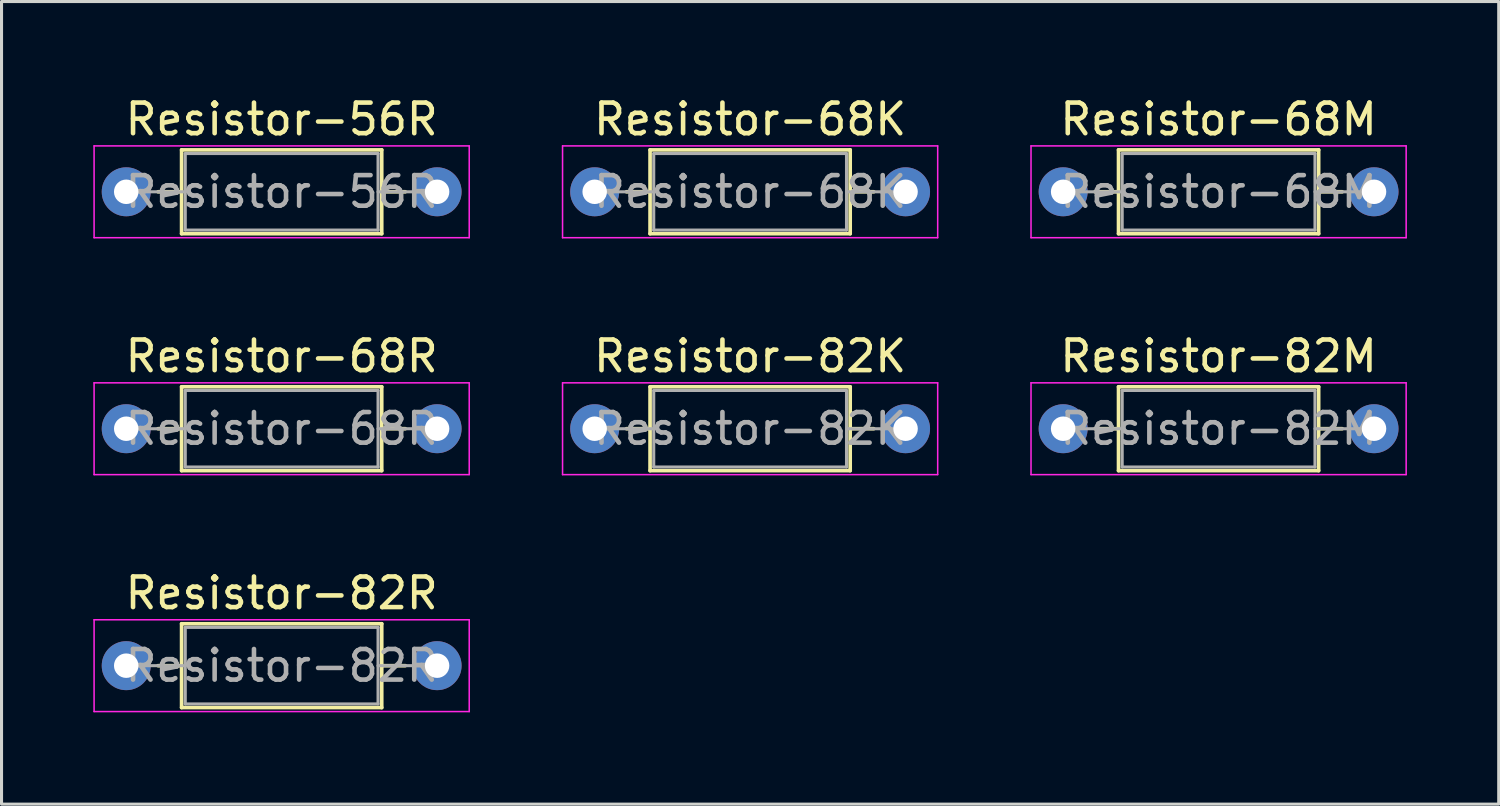
<source format=kicad_pcb>
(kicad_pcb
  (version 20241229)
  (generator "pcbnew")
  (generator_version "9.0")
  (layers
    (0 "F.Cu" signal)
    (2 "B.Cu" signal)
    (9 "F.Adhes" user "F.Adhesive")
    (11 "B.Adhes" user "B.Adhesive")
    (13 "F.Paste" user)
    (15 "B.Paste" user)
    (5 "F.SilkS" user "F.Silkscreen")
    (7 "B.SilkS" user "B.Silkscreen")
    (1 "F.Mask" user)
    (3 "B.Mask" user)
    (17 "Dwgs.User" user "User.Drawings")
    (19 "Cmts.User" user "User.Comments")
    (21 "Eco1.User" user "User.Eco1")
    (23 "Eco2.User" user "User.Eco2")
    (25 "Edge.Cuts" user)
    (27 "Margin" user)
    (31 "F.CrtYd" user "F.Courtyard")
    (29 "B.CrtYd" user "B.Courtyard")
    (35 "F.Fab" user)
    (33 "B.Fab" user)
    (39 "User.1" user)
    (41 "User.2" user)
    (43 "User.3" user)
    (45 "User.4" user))
  (footprint "Resistor-82M"
    (layer "F.Cu")
    (at 36.775 10.961)
    (property "Reference" "Resistor-82M" (at 0 -2.37 0) (layer "F.SilkS") (effects (font (size 1 1) (thickness 0.15))))
    (attr through_hole)
    (fp_line (start -4.04 0) (end -3.27 0) (stroke (width 0.12) (type solid)) (layer "F.SilkS"))
    (fp_line (start -3.27 -1.37) (end -3.27 1.37) (stroke (width 0.12) (type solid)) (layer "F.SilkS"))
    (fp_line (start -3.27 1.37) (end 3.27 1.37) (stroke (width 0.12) (type solid)) (layer "F.SilkS"))
    (fp_line (start 3.27 -1.37) (end -3.27 -1.37) (stroke (width 0.12) (type solid)) (layer "F.SilkS"))
    (fp_line (start 3.27 1.37) (end 3.27 -1.37) (stroke (width 0.12) (type solid)) (layer "F.SilkS"))
    (fp_line (start 4.04 0) (end 3.27 0) (stroke (width 0.12) (type solid)) (layer "F.SilkS"))
    (fp_line (start -6.13 -1.5) (end -6.13 1.5) (stroke (width 0.05) (type solid)) (layer "F.CrtYd"))
    (fp_line (start -6.13 1.5) (end 6.13 1.5) (stroke (width 0.05) (type solid)) (layer "F.CrtYd"))
    (fp_line (start 6.13 -1.5) (end -6.13 -1.5) (stroke (width 0.05) (type solid)) (layer "F.CrtYd"))
    (fp_line (start 6.13 1.5) (end 6.13 -1.5) (stroke (width 0.05) (type solid)) (layer "F.CrtYd"))
    (fp_line (start -5.08 0) (end -3.15 0) (stroke (width 0.1) (type solid)) (layer "F.Fab"))
    (fp_line (start -3.15 -1.25) (end -3.15 1.25) (stroke (width 0.1) (type solid)) (layer "F.Fab"))
    (fp_line (start -3.15 1.25) (end 3.15 1.25) (stroke (width 0.1) (type solid)) (layer "F.Fab"))
    (fp_line (start 3.15 -1.25) (end -3.15 -1.25) (stroke (width 0.1) (type solid)) (layer "F.Fab"))
    (fp_line (start 3.15 1.25) (end 3.15 -1.25) (stroke (width 0.1) (type solid)) (layer "F.Fab"))
    (fp_line (start 5.08 0) (end 3.15 0) (stroke (width 0.1) (type solid)) (layer "F.Fab"))
    (fp_text user "${REFERENCE}" (at 0 0 0) (layer "F.Fab") (effects (font (size 1 1) (thickness 0.15))))
    (pad "1" thru_hole circle (at -5.08 0) (size 1.6 1.6) (drill 0.8) (layers "*.Cu" "*.Mask"))
    (pad "2" thru_hole oval (at 5.08 0) (size 1.6 1.6) (drill 0.8) (layers "*.Cu" "*.Mask")))
  (footprint "Resistor-82R"
    (layer "F.Cu")
    (at 6.155 18.705)
    (property "Reference" "Resistor-82R" (at 0 -2.37 0) (layer "F.SilkS") (effects (font (size 1 1) (thickness 0.15))))
    (attr through_hole)
    (fp_line (start -4.04 0) (end -3.27 0) (stroke (width 0.12) (type solid)) (layer "F.SilkS"))
    (fp_line (start -3.27 -1.37) (end -3.27 1.37) (stroke (width 0.12) (type solid)) (layer "F.SilkS"))
    (fp_line (start -3.27 1.37) (end 3.27 1.37) (stroke (width 0.12) (type solid)) (layer "F.SilkS"))
    (fp_line (start 3.27 -1.37) (end -3.27 -1.37) (stroke (width 0.12) (type solid)) (layer "F.SilkS"))
    (fp_line (start 3.27 1.37) (end 3.27 -1.37) (stroke (width 0.12) (type solid)) (layer "F.SilkS"))
    (fp_line (start 4.04 0) (end 3.27 0) (stroke (width 0.12) (type solid)) (layer "F.SilkS"))
    (fp_line (start -6.13 -1.5) (end -6.13 1.5) (stroke (width 0.05) (type solid)) (layer "F.CrtYd"))
    (fp_line (start -6.13 1.5) (end 6.13 1.5) (stroke (width 0.05) (type solid)) (layer "F.CrtYd"))
    (fp_line (start 6.13 -1.5) (end -6.13 -1.5) (stroke (width 0.05) (type solid)) (layer "F.CrtYd"))
    (fp_line (start 6.13 1.5) (end 6.13 -1.5) (stroke (width 0.05) (type solid)) (layer "F.CrtYd"))
    (fp_line (start -5.08 0) (end -3.15 0) (stroke (width 0.1) (type solid)) (layer "F.Fab"))
    (fp_line (start -3.15 -1.25) (end -3.15 1.25) (stroke (width 0.1) (type solid)) (layer "F.Fab"))
    (fp_line (start -3.15 1.25) (end 3.15 1.25) (stroke (width 0.1) (type solid)) (layer "F.Fab"))
    (fp_line (start 3.15 -1.25) (end -3.15 -1.25) (stroke (width 0.1) (type solid)) (layer "F.Fab"))
    (fp_line (start 3.15 1.25) (end 3.15 -1.25) (stroke (width 0.1) (type solid)) (layer "F.Fab"))
    (fp_line (start 5.08 0) (end 3.15 0) (stroke (width 0.1) (type solid)) (layer "F.Fab"))
    (fp_text user "${REFERENCE}" (at 0 0 0) (layer "F.Fab") (effects (font (size 1 1) (thickness 0.15))))
    (pad "1" thru_hole circle (at -5.08 0) (size 1.6 1.6) (drill 0.8) (layers "*.Cu" "*.Mask"))
    (pad "2" thru_hole oval (at 5.08 0) (size 1.6 1.6) (drill 0.8) (layers "*.Cu" "*.Mask")))
  (footprint "Resistor-68M"
    (layer "F.Cu")
    (at 36.775 3.218)
    (property "Reference" "Resistor-68M" (at 0 -2.37 0) (layer "F.SilkS") (effects (font (size 1 1) (thickness 0.15))))
    (attr through_hole)
    (fp_line (start -4.04 0) (end -3.27 0) (stroke (width 0.12) (type solid)) (layer "F.SilkS"))
    (fp_line (start -3.27 -1.37) (end -3.27 1.37) (stroke (width 0.12) (type solid)) (layer "F.SilkS"))
    (fp_line (start -3.27 1.37) (end 3.27 1.37) (stroke (width 0.12) (type solid)) (layer "F.SilkS"))
    (fp_line (start 3.27 -1.37) (end -3.27 -1.37) (stroke (width 0.12) (type solid)) (layer "F.SilkS"))
    (fp_line (start 3.27 1.37) (end 3.27 -1.37) (stroke (width 0.12) (type solid)) (layer "F.SilkS"))
    (fp_line (start 4.04 0) (end 3.27 0) (stroke (width 0.12) (type solid)) (layer "F.SilkS"))
    (fp_line (start -6.13 -1.5) (end -6.13 1.5) (stroke (width 0.05) (type solid)) (layer "F.CrtYd"))
    (fp_line (start -6.13 1.5) (end 6.13 1.5) (stroke (width 0.05) (type solid)) (layer "F.CrtYd"))
    (fp_line (start 6.13 -1.5) (end -6.13 -1.5) (stroke (width 0.05) (type solid)) (layer "F.CrtYd"))
    (fp_line (start 6.13 1.5) (end 6.13 -1.5) (stroke (width 0.05) (type solid)) (layer "F.CrtYd"))
    (fp_line (start -5.08 0) (end -3.15 0) (stroke (width 0.1) (type solid)) (layer "F.Fab"))
    (fp_line (start -3.15 -1.25) (end -3.15 1.25) (stroke (width 0.1) (type solid)) (layer "F.Fab"))
    (fp_line (start -3.15 1.25) (end 3.15 1.25) (stroke (width 0.1) (type solid)) (layer "F.Fab"))
    (fp_line (start 3.15 -1.25) (end -3.15 -1.25) (stroke (width 0.1) (type solid)) (layer "F.Fab"))
    (fp_line (start 3.15 1.25) (end 3.15 -1.25) (stroke (width 0.1) (type solid)) (layer "F.Fab"))
    (fp_line (start 5.08 0) (end 3.15 0) (stroke (width 0.1) (type solid)) (layer "F.Fab"))
    (fp_text user "${REFERENCE}" (at 0 0 0) (layer "F.Fab") (effects (font (size 1 1) (thickness 0.15))))
    (pad "1" thru_hole circle (at -5.08 0) (size 1.6 1.6) (drill 0.8) (layers "*.Cu" "*.Mask"))
    (pad "2" thru_hole oval (at 5.08 0) (size 1.6 1.6) (drill 0.8) (layers "*.Cu" "*.Mask")))
  (footprint "Resistor-82K"
    (layer "F.Cu")
    (at 21.465 10.961)
    (property "Reference" "Resistor-82K" (at 0 -2.37 0) (layer "F.SilkS") (effects (font (size 1 1) (thickness 0.15))))
    (attr through_hole)
    (fp_line (start -4.04 0) (end -3.27 0) (stroke (width 0.12) (type solid)) (layer "F.SilkS"))
    (fp_line (start -3.27 -1.37) (end -3.27 1.37) (stroke (width 0.12) (type solid)) (layer "F.SilkS"))
    (fp_line (start -3.27 1.37) (end 3.27 1.37) (stroke (width 0.12) (type solid)) (layer "F.SilkS"))
    (fp_line (start 3.27 -1.37) (end -3.27 -1.37) (stroke (width 0.12) (type solid)) (layer "F.SilkS"))
    (fp_line (start 3.27 1.37) (end 3.27 -1.37) (stroke (width 0.12) (type solid)) (layer "F.SilkS"))
    (fp_line (start 4.04 0) (end 3.27 0) (stroke (width 0.12) (type solid)) (layer "F.SilkS"))
    (fp_line (start -6.13 -1.5) (end -6.13 1.5) (stroke (width 0.05) (type solid)) (layer "F.CrtYd"))
    (fp_line (start -6.13 1.5) (end 6.13 1.5) (stroke (width 0.05) (type solid)) (layer "F.CrtYd"))
    (fp_line (start 6.13 -1.5) (end -6.13 -1.5) (stroke (width 0.05) (type solid)) (layer "F.CrtYd"))
    (fp_line (start 6.13 1.5) (end 6.13 -1.5) (stroke (width 0.05) (type solid)) (layer "F.CrtYd"))
    (fp_line (start -5.08 0) (end -3.15 0) (stroke (width 0.1) (type solid)) (layer "F.Fab"))
    (fp_line (start -3.15 -1.25) (end -3.15 1.25) (stroke (width 0.1) (type solid)) (layer "F.Fab"))
    (fp_line (start -3.15 1.25) (end 3.15 1.25) (stroke (width 0.1) (type solid)) (layer "F.Fab"))
    (fp_line (start 3.15 -1.25) (end -3.15 -1.25) (stroke (width 0.1) (type solid)) (layer "F.Fab"))
    (fp_line (start 3.15 1.25) (end 3.15 -1.25) (stroke (width 0.1) (type solid)) (layer "F.Fab"))
    (fp_line (start 5.08 0) (end 3.15 0) (stroke (width 0.1) (type solid)) (layer "F.Fab"))
    (fp_text user "${REFERENCE}" (at 0 0 0) (layer "F.Fab") (effects (font (size 1 1) (thickness 0.15))))
    (pad "1" thru_hole circle (at -5.08 0) (size 1.6 1.6) (drill 0.8) (layers "*.Cu" "*.Mask"))
    (pad "2" thru_hole oval (at 5.08 0) (size 1.6 1.6) (drill 0.8) (layers "*.Cu" "*.Mask")))
  (footprint "Resistor-68K"
    (layer "F.Cu")
    (at 21.465 3.218)
    (property "Reference" "Resistor-68K" (at 0 -2.37 0) (layer "F.SilkS") (effects (font (size 1 1) (thickness 0.15))))
    (attr through_hole)
    (fp_line (start -4.04 0) (end -3.27 0) (stroke (width 0.12) (type solid)) (layer "F.SilkS"))
    (fp_line (start -3.27 -1.37) (end -3.27 1.37) (stroke (width 0.12) (type solid)) (layer "F.SilkS"))
    (fp_line (start -3.27 1.37) (end 3.27 1.37) (stroke (width 0.12) (type solid)) (layer "F.SilkS"))
    (fp_line (start 3.27 -1.37) (end -3.27 -1.37) (stroke (width 0.12) (type solid)) (layer "F.SilkS"))
    (fp_line (start 3.27 1.37) (end 3.27 -1.37) (stroke (width 0.12) (type solid)) (layer "F.SilkS"))
    (fp_line (start 4.04 0) (end 3.27 0) (stroke (width 0.12) (type solid)) (layer "F.SilkS"))
    (fp_line (start -6.13 -1.5) (end -6.13 1.5) (stroke (width 0.05) (type solid)) (layer "F.CrtYd"))
    (fp_line (start -6.13 1.5) (end 6.13 1.5) (stroke (width 0.05) (type solid)) (layer "F.CrtYd"))
    (fp_line (start 6.13 -1.5) (end -6.13 -1.5) (stroke (width 0.05) (type solid)) (layer "F.CrtYd"))
    (fp_line (start 6.13 1.5) (end 6.13 -1.5) (stroke (width 0.05) (type solid)) (layer "F.CrtYd"))
    (fp_line (start -5.08 0) (end -3.15 0) (stroke (width 0.1) (type solid)) (layer "F.Fab"))
    (fp_line (start -3.15 -1.25) (end -3.15 1.25) (stroke (width 0.1) (type solid)) (layer "F.Fab"))
    (fp_line (start -3.15 1.25) (end 3.15 1.25) (stroke (width 0.1) (type solid)) (layer "F.Fab"))
    (fp_line (start 3.15 -1.25) (end -3.15 -1.25) (stroke (width 0.1) (type solid)) (layer "F.Fab"))
    (fp_line (start 3.15 1.25) (end 3.15 -1.25) (stroke (width 0.1) (type solid)) (layer "F.Fab"))
    (fp_line (start 5.08 0) (end 3.15 0) (stroke (width 0.1) (type solid)) (layer "F.Fab"))
    (fp_text user "${REFERENCE}" (at 0 0 0) (layer "F.Fab") (effects (font (size 1 1) (thickness 0.15))))
    (pad "1" thru_hole circle (at -5.08 0) (size 1.6 1.6) (drill 0.8) (layers "*.Cu" "*.Mask"))
    (pad "2" thru_hole oval (at 5.08 0) (size 1.6 1.6) (drill 0.8) (layers "*.Cu" "*.Mask")))
  (footprint "Resistor-56R"
    (layer "F.Cu")
    (at 6.155 3.218)
    (property "Reference" "Resistor-56R" (at 0 -2.37 0) (layer "F.SilkS") (effects (font (size 1 1) (thickness 0.15))))
    (attr through_hole)
    (fp_line (start -4.04 0) (end -3.27 0) (stroke (width 0.12) (type solid)) (layer "F.SilkS"))
    (fp_line (start -3.27 -1.37) (end -3.27 1.37) (stroke (width 0.12) (type solid)) (layer "F.SilkS"))
    (fp_line (start -3.27 1.37) (end 3.27 1.37) (stroke (width 0.12) (type solid)) (layer "F.SilkS"))
    (fp_line (start 3.27 -1.37) (end -3.27 -1.37) (stroke (width 0.12) (type solid)) (layer "F.SilkS"))
    (fp_line (start 3.27 1.37) (end 3.27 -1.37) (stroke (width 0.12) (type solid)) (layer "F.SilkS"))
    (fp_line (start 4.04 0) (end 3.27 0) (stroke (width 0.12) (type solid)) (layer "F.SilkS"))
    (fp_line (start -6.13 -1.5) (end -6.13 1.5) (stroke (width 0.05) (type solid)) (layer "F.CrtYd"))
    (fp_line (start -6.13 1.5) (end 6.13 1.5) (stroke (width 0.05) (type solid)) (layer "F.CrtYd"))
    (fp_line (start 6.13 -1.5) (end -6.13 -1.5) (stroke (width 0.05) (type solid)) (layer "F.CrtYd"))
    (fp_line (start 6.13 1.5) (end 6.13 -1.5) (stroke (width 0.05) (type solid)) (layer "F.CrtYd"))
    (fp_line (start -5.08 0) (end -3.15 0) (stroke (width 0.1) (type solid)) (layer "F.Fab"))
    (fp_line (start -3.15 -1.25) (end -3.15 1.25) (stroke (width 0.1) (type solid)) (layer "F.Fab"))
    (fp_line (start -3.15 1.25) (end 3.15 1.25) (stroke (width 0.1) (type solid)) (layer "F.Fab"))
    (fp_line (start 3.15 -1.25) (end -3.15 -1.25) (stroke (width 0.1) (type solid)) (layer "F.Fab"))
    (fp_line (start 3.15 1.25) (end 3.15 -1.25) (stroke (width 0.1) (type solid)) (layer "F.Fab"))
    (fp_line (start 5.08 0) (end 3.15 0) (stroke (width 0.1) (type solid)) (layer "F.Fab"))
    (fp_text user "${REFERENCE}" (at 0 0 0) (layer "F.Fab") (effects (font (size 1 1) (thickness 0.15))))
    (pad "1" thru_hole circle (at -5.08 0) (size 1.6 1.6) (drill 0.8) (layers "*.Cu" "*.Mask"))
    (pad "2" thru_hole oval (at 5.08 0) (size 1.6 1.6) (drill 0.8) (layers "*.Cu" "*.Mask")))
  (footprint "Resistor-68R"
    (layer "F.Cu")
    (at 6.155 10.961)
    (property "Reference" "Resistor-68R" (at 0 -2.37 0) (layer "F.SilkS") (effects (font (size 1 1) (thickness 0.15))))
    (attr through_hole)
    (fp_line (start -4.04 0) (end -3.27 0) (stroke (width 0.12) (type solid)) (layer "F.SilkS"))
    (fp_line (start -3.27 -1.37) (end -3.27 1.37) (stroke (width 0.12) (type solid)) (layer "F.SilkS"))
    (fp_line (start -3.27 1.37) (end 3.27 1.37) (stroke (width 0.12) (type solid)) (layer "F.SilkS"))
    (fp_line (start 3.27 -1.37) (end -3.27 -1.37) (stroke (width 0.12) (type solid)) (layer "F.SilkS"))
    (fp_line (start 3.27 1.37) (end 3.27 -1.37) (stroke (width 0.12) (type solid)) (layer "F.SilkS"))
    (fp_line (start 4.04 0) (end 3.27 0) (stroke (width 0.12) (type solid)) (layer "F.SilkS"))
    (fp_line (start -6.13 -1.5) (end -6.13 1.5) (stroke (width 0.05) (type solid)) (layer "F.CrtYd"))
    (fp_line (start -6.13 1.5) (end 6.13 1.5) (stroke (width 0.05) (type solid)) (layer "F.CrtYd"))
    (fp_line (start 6.13 -1.5) (end -6.13 -1.5) (stroke (width 0.05) (type solid)) (layer "F.CrtYd"))
    (fp_line (start 6.13 1.5) (end 6.13 -1.5) (stroke (width 0.05) (type solid)) (layer "F.CrtYd"))
    (fp_line (start -5.08 0) (end -3.15 0) (stroke (width 0.1) (type solid)) (layer "F.Fab"))
    (fp_line (start -3.15 -1.25) (end -3.15 1.25) (stroke (width 0.1) (type solid)) (layer "F.Fab"))
    (fp_line (start -3.15 1.25) (end 3.15 1.25) (stroke (width 0.1) (type solid)) (layer "F.Fab"))
    (fp_line (start 3.15 -1.25) (end -3.15 -1.25) (stroke (width 0.1) (type solid)) (layer "F.Fab"))
    (fp_line (start 3.15 1.25) (end 3.15 -1.25) (stroke (width 0.1) (type solid)) (layer "F.Fab"))
    (fp_line (start 5.08 0) (end 3.15 0) (stroke (width 0.1) (type solid)) (layer "F.Fab"))
    (fp_text user "${REFERENCE}" (at 0 0 0) (layer "F.Fab") (effects (font (size 1 1) (thickness 0.15))))
    (pad "1" thru_hole circle (at -5.08 0) (size 1.6 1.6) (drill 0.8) (layers "*.Cu" "*.Mask"))
    (pad "2" thru_hole oval (at 5.08 0) (size 1.6 1.6) (drill 0.8) (layers "*.Cu" "*.Mask")))
  (gr_rect
    (start -3 -3)
    (end 45.93 23.23)
    (stroke (width 0.1) (type default))
    (fill no)
    (layer "Edge.Cuts")))
</source>
